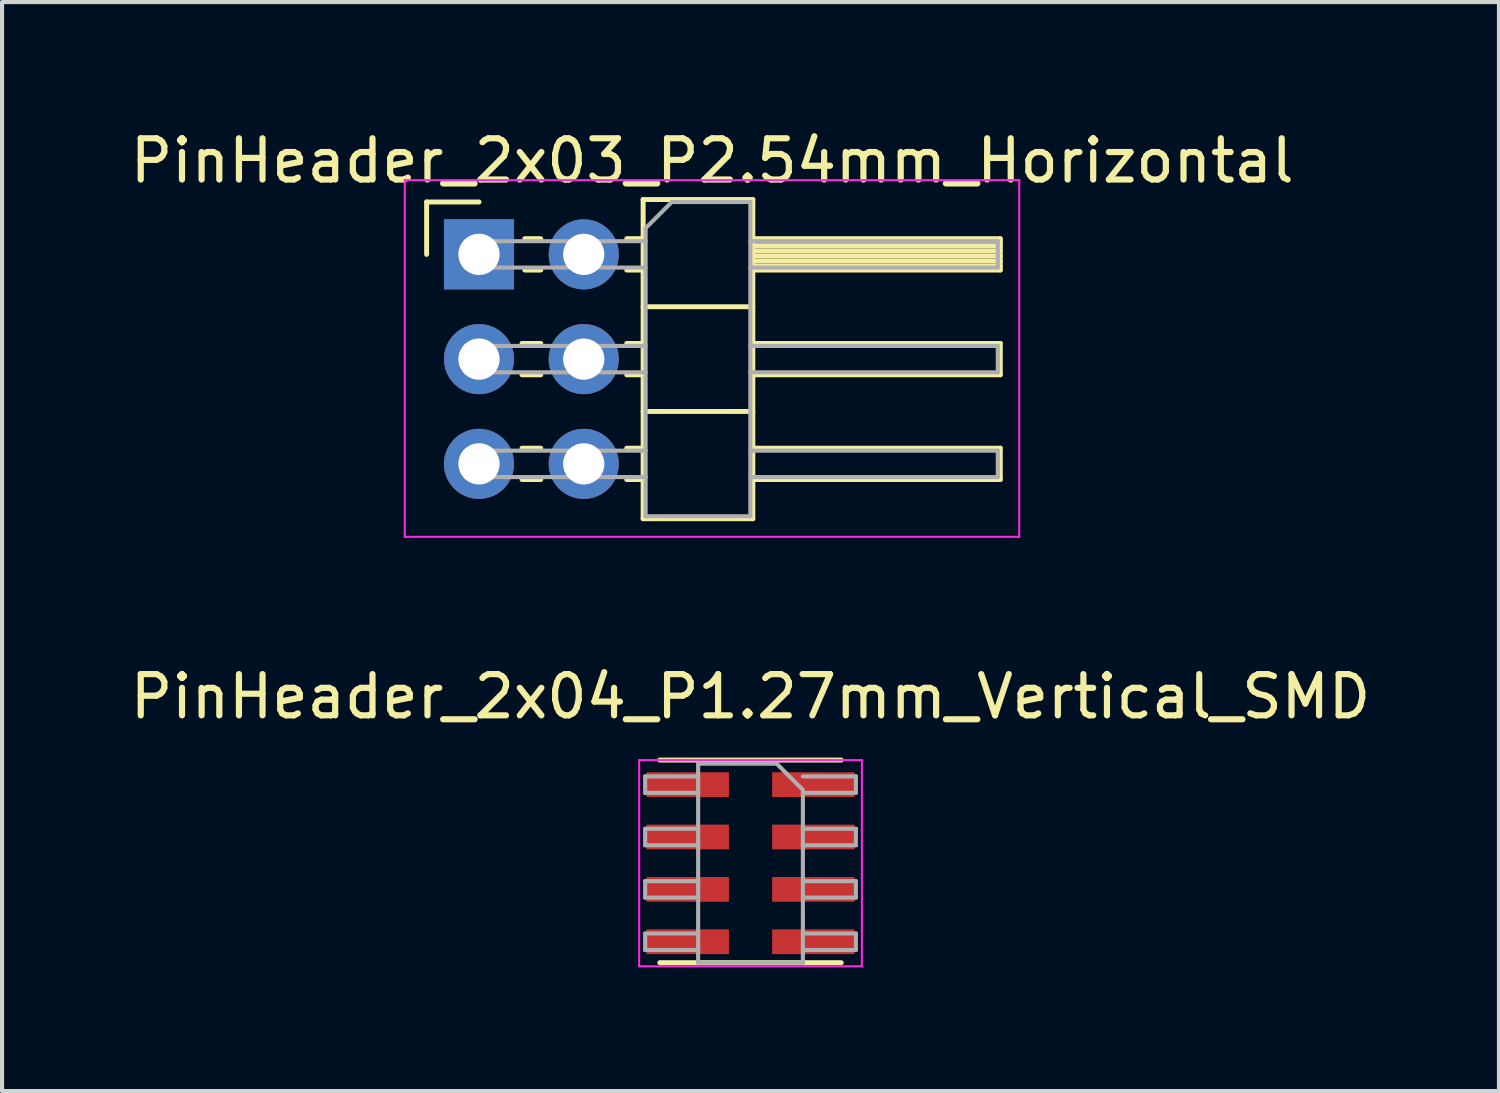
<source format=kicad_pcb>
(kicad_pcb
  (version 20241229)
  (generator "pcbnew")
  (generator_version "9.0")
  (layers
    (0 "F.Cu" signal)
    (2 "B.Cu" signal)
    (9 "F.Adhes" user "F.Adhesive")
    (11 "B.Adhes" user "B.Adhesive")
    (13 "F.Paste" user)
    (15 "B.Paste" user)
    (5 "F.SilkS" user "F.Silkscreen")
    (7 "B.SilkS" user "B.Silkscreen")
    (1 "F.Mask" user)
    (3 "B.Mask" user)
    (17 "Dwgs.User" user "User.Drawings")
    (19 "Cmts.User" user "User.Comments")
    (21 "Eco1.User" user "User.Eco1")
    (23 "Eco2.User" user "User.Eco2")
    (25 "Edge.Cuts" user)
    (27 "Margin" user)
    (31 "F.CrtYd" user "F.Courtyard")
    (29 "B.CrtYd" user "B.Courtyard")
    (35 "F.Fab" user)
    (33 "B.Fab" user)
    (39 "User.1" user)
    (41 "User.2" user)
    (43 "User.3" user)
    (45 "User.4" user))
  (footprint "PinHeader_2x03_P2.54mm_Horizontal"
    (layer "F.Cu")
    (at 8.565 3.118)
    (property "Reference" "PinHeader_2x03_P2.54mm_Horizontal" (at 5.655 -2.27 0) (layer "F.SilkS") (effects (font (size 1 1) (thickness 0.15))))
    (attr through_hole)
    (fp_line (start -1.27 -1.27) (end 0 -1.27) (stroke (width 0.12) (type solid)) (layer "F.SilkS"))
    (fp_line (start -1.27 0) (end -1.27 -1.27) (stroke (width 0.12) (type solid)) (layer "F.SilkS"))
    (fp_line (start 1.043 2.16) (end 1.497 2.16) (stroke (width 0.12) (type solid)) (layer "F.SilkS"))
    (fp_line (start 1.043 2.92) (end 1.497 2.92) (stroke (width 0.12) (type solid)) (layer "F.SilkS"))
    (fp_line (start 1.043 4.7) (end 1.497 4.7) (stroke (width 0.12) (type solid)) (layer "F.SilkS"))
    (fp_line (start 1.043 5.46) (end 1.497 5.46) (stroke (width 0.12) (type solid)) (layer "F.SilkS"))
    (fp_line (start 1.11 -0.38) (end 1.497 -0.38) (stroke (width 0.12) (type solid)) (layer "F.SilkS"))
    (fp_line (start 1.11 0.38) (end 1.497 0.38) (stroke (width 0.12) (type solid)) (layer "F.SilkS"))
    (fp_line (start 3.583 -0.38) (end 3.98 -0.38) (stroke (width 0.12) (type solid)) (layer "F.SilkS"))
    (fp_line (start 3.583 0.38) (end 3.98 0.38) (stroke (width 0.12) (type solid)) (layer "F.SilkS"))
    (fp_line (start 3.583 2.16) (end 3.98 2.16) (stroke (width 0.12) (type solid)) (layer "F.SilkS"))
    (fp_line (start 3.583 2.92) (end 3.98 2.92) (stroke (width 0.12) (type solid)) (layer "F.SilkS"))
    (fp_line (start 3.583 4.7) (end 3.98 4.7) (stroke (width 0.12) (type solid)) (layer "F.SilkS"))
    (fp_line (start 3.583 5.46) (end 3.98 5.46) (stroke (width 0.12) (type solid)) (layer "F.SilkS"))
    (fp_line (start 3.98 -1.33) (end 3.98 6.41) (stroke (width 0.12) (type solid)) (layer "F.SilkS"))
    (fp_line (start 3.98 1.27) (end 6.64 1.27) (stroke (width 0.12) (type solid)) (layer "F.SilkS"))
    (fp_line (start 3.98 3.81) (end 6.64 3.81) (stroke (width 0.12) (type solid)) (layer "F.SilkS"))
    (fp_line (start 3.98 6.41) (end 6.64 6.41) (stroke (width 0.12) (type solid)) (layer "F.SilkS"))
    (fp_line (start 6.64 -1.33) (end 3.98 -1.33) (stroke (width 0.12) (type solid)) (layer "F.SilkS"))
    (fp_line (start 6.64 -0.38) (end 12.64 -0.38) (stroke (width 0.12) (type solid)) (layer "F.SilkS"))
    (fp_line (start 6.64 -0.32) (end 12.64 -0.32) (stroke (width 0.12) (type solid)) (layer "F.SilkS"))
    (fp_line (start 6.64 -0.2) (end 12.64 -0.2) (stroke (width 0.12) (type solid)) (layer "F.SilkS"))
    (fp_line (start 6.64 -0.08) (end 12.64 -0.08) (stroke (width 0.12) (type solid)) (layer "F.SilkS"))
    (fp_line (start 6.64 0.04) (end 12.64 0.04) (stroke (width 0.12) (type solid)) (layer "F.SilkS"))
    (fp_line (start 6.64 0.16) (end 12.64 0.16) (stroke (width 0.12) (type solid)) (layer "F.SilkS"))
    (fp_line (start 6.64 0.28) (end 12.64 0.28) (stroke (width 0.12) (type solid)) (layer "F.SilkS"))
    (fp_line (start 6.64 2.16) (end 12.64 2.16) (stroke (width 0.12) (type solid)) (layer "F.SilkS"))
    (fp_line (start 6.64 4.7) (end 12.64 4.7) (stroke (width 0.12) (type solid)) (layer "F.SilkS"))
    (fp_line (start 6.64 6.41) (end 6.64 -1.33) (stroke (width 0.12) (type solid)) (layer "F.SilkS"))
    (fp_line (start 12.64 -0.38) (end 12.64 0.38) (stroke (width 0.12) (type solid)) (layer "F.SilkS"))
    (fp_line (start 12.64 0.38) (end 6.64 0.38) (stroke (width 0.12) (type solid)) (layer "F.SilkS"))
    (fp_line (start 12.64 2.16) (end 12.64 2.92) (stroke (width 0.12) (type solid)) (layer "F.SilkS"))
    (fp_line (start 12.64 2.92) (end 6.64 2.92) (stroke (width 0.12) (type solid)) (layer "F.SilkS"))
    (fp_line (start 12.64 4.7) (end 12.64 5.46) (stroke (width 0.12) (type solid)) (layer "F.SilkS"))
    (fp_line (start 12.64 5.46) (end 6.64 5.46) (stroke (width 0.12) (type solid)) (layer "F.SilkS"))
    (fp_line (start -1.8 -1.8) (end -1.8 6.85) (stroke (width 0.05) (type solid)) (layer "F.CrtYd"))
    (fp_line (start -1.8 6.85) (end 13.1 6.85) (stroke (width 0.05) (type solid)) (layer "F.CrtYd"))
    (fp_line (start 13.1 -1.8) (end -1.8 -1.8) (stroke (width 0.05) (type solid)) (layer "F.CrtYd"))
    (fp_line (start 13.1 6.85) (end 13.1 -1.8) (stroke (width 0.05) (type solid)) (layer "F.CrtYd"))
    (fp_line (start -0.32 -0.32) (end -0.32 0.32) (stroke (width 0.1) (type solid)) (layer "F.Fab"))
    (fp_line (start -0.32 -0.32) (end 4.04 -0.32) (stroke (width 0.1) (type solid)) (layer "F.Fab"))
    (fp_line (start -0.32 0.32) (end 4.04 0.32) (stroke (width 0.1) (type solid)) (layer "F.Fab"))
    (fp_line (start -0.32 2.22) (end -0.32 2.86) (stroke (width 0.1) (type solid)) (layer "F.Fab"))
    (fp_line (start -0.32 2.22) (end 4.04 2.22) (stroke (width 0.1) (type solid)) (layer "F.Fab"))
    (fp_line (start -0.32 2.86) (end 4.04 2.86) (stroke (width 0.1) (type solid)) (layer "F.Fab"))
    (fp_line (start -0.32 4.76) (end -0.32 5.4) (stroke (width 0.1) (type solid)) (layer "F.Fab"))
    (fp_line (start -0.32 4.76) (end 4.04 4.76) (stroke (width 0.1) (type solid)) (layer "F.Fab"))
    (fp_line (start -0.32 5.4) (end 4.04 5.4) (stroke (width 0.1) (type solid)) (layer "F.Fab"))
    (fp_line (start 4.04 -0.635) (end 4.675 -1.27) (stroke (width 0.1) (type solid)) (layer "F.Fab"))
    (fp_line (start 4.04 6.35) (end 4.04 -0.635) (stroke (width 0.1) (type solid)) (layer "F.Fab"))
    (fp_line (start 4.675 -1.27) (end 6.58 -1.27) (stroke (width 0.1) (type solid)) (layer "F.Fab"))
    (fp_line (start 6.58 -1.27) (end 6.58 6.35) (stroke (width 0.1) (type solid)) (layer "F.Fab"))
    (fp_line (start 6.58 -0.32) (end 12.58 -0.32) (stroke (width 0.1) (type solid)) (layer "F.Fab"))
    (fp_line (start 6.58 0.32) (end 12.58 0.32) (stroke (width 0.1) (type solid)) (layer "F.Fab"))
    (fp_line (start 6.58 2.22) (end 12.58 2.22) (stroke (width 0.1) (type solid)) (layer "F.Fab"))
    (fp_line (start 6.58 2.86) (end 12.58 2.86) (stroke (width 0.1) (type solid)) (layer "F.Fab"))
    (fp_line (start 6.58 4.76) (end 12.58 4.76) (stroke (width 0.1) (type solid)) (layer "F.Fab"))
    (fp_line (start 6.58 5.4) (end 12.58 5.4) (stroke (width 0.1) (type solid)) (layer "F.Fab"))
    (fp_line (start 6.58 6.35) (end 4.04 6.35) (stroke (width 0.1) (type solid)) (layer "F.Fab"))
    (fp_line (start 12.58 -0.32) (end 12.58 0.32) (stroke (width 0.1) (type solid)) (layer "F.Fab"))
    (fp_line (start 12.58 2.22) (end 12.58 2.86) (stroke (width 0.1) (type solid)) (layer "F.Fab"))
    (fp_line (start 12.58 4.76) (end 12.58 5.4) (stroke (width 0.1) (type solid)) (layer "F.Fab"))
    (pad "1" thru_hole rect (at 0 0) (size 1.7 1.7) (drill 1) (layers "*.Cu" "*.Mask"))
    (pad "2" thru_hole oval (at 2.54 0) (size 1.7 1.7) (drill 1) (layers "*.Cu" "*.Mask"))
    (pad "3" thru_hole oval (at 0 2.54) (size 1.7 1.7) (drill 1) (layers "*.Cu" "*.Mask"))
    (pad "4" thru_hole oval (at 2.54 2.54) (size 1.7 1.7) (drill 1) (layers "*.Cu" "*.Mask"))
    (pad "5" thru_hole oval (at 0 5.08) (size 1.7 1.7) (drill 1) (layers "*.Cu" "*.Mask"))
    (pad "6" thru_hole oval (at 2.54 5.08) (size 1.7 1.7) (drill 1) (layers "*.Cu" "*.Mask")))
  (footprint "PinHeader_2x04_P1.27mm_Vertical_SMD"
    (layer "F.Cu")
    (at 15.149 17.881)
    (property "Reference" "PinHeader_2x04_P1.27mm_Vertical_SMD" (at 0 -4.04 0) (layer "F.SilkS") (effects (font (size 1 1) (thickness 0.15))))
    (attr smd)
    (fp_line (start -2.2 -2.5) (end 2.2 -2.5) (stroke (width 0.12) (type solid)) (layer "F.SilkS"))
    (fp_line (start -2.2 2.413) (end 2.2 2.413) (stroke (width 0.12) (type solid)) (layer "F.SilkS"))
    (fp_line (start -2.7 -2.5) (end 2.7 -2.5) (stroke (width 0.05) (type solid)) (layer "F.CrtYd"))
    (fp_line (start -2.7 2.5) (end -2.7 -2.5) (stroke (width 0.05) (type solid)) (layer "F.CrtYd"))
    (fp_line (start 2.7 -2.5) (end 2.7 2.5) (stroke (width 0.05) (type solid)) (layer "F.CrtYd"))
    (fp_line (start 2.7 2.5) (end -2.7 2.5) (stroke (width 0.05) (type solid)) (layer "F.CrtYd"))
    (fp_line (start -2.555 -2.105) (end -1.27 -2.105) (stroke (width 0.1) (type solid)) (layer "F.Fab"))
    (fp_line (start -2.555 -1.705) (end -2.555 -2.105) (stroke (width 0.1) (type solid)) (layer "F.Fab"))
    (fp_line (start -2.555 -0.835) (end -1.27 -0.835) (stroke (width 0.1) (type solid)) (layer "F.Fab"))
    (fp_line (start -2.555 -0.435) (end -2.555 -0.835) (stroke (width 0.1) (type solid)) (layer "F.Fab"))
    (fp_line (start -2.555 0.435) (end -1.27 0.435) (stroke (width 0.1) (type solid)) (layer "F.Fab"))
    (fp_line (start -2.555 0.835) (end -2.555 0.435) (stroke (width 0.1) (type solid)) (layer "F.Fab"))
    (fp_line (start -2.555 1.705) (end -1.27 1.705) (stroke (width 0.1) (type solid)) (layer "F.Fab"))
    (fp_line (start -2.555 2.105) (end -2.555 1.705) (stroke (width 0.1) (type solid)) (layer "F.Fab"))
    (fp_line (start -1.27 -2.413) (end 0.635 -2.413) (stroke (width 0.1) (type solid)) (layer "F.Fab"))
    (fp_line (start -1.27 -1.705) (end -2.555 -1.705) (stroke (width 0.1) (type solid)) (layer "F.Fab"))
    (fp_line (start -1.27 -0.435) (end -2.555 -0.435) (stroke (width 0.1) (type solid)) (layer "F.Fab"))
    (fp_line (start -1.27 0.835) (end -2.555 0.835) (stroke (width 0.1) (type solid)) (layer "F.Fab"))
    (fp_line (start -1.27 2.105) (end -2.555 2.105) (stroke (width 0.1) (type solid)) (layer "F.Fab"))
    (fp_line (start -1.27 2.413) (end -1.27 -2.413) (stroke (width 0.1) (type solid)) (layer "F.Fab"))
    (fp_line (start 0.635 -2.413) (end 1.27 -1.778) (stroke (width 0.1) (type solid)) (layer "F.Fab"))
    (fp_line (start 1.27 -2.105) (end 2.555 -2.105) (stroke (width 0.1) (type solid)) (layer "F.Fab"))
    (fp_line (start 1.27 -1.705) (end 1.27 2.413) (stroke (width 0.1) (type solid)) (layer "F.Fab"))
    (fp_line (start 1.27 -0.835) (end 2.555 -0.835) (stroke (width 0.1) (type solid)) (layer "F.Fab"))
    (fp_line (start 1.27 0.435) (end 2.555 0.435) (stroke (width 0.1) (type solid)) (layer "F.Fab"))
    (fp_line (start 1.27 1.705) (end 2.555 1.705) (stroke (width 0.1) (type solid)) (layer "F.Fab"))
    (fp_line (start 1.27 2.413) (end -1.27 2.413) (stroke (width 0.1) (type solid)) (layer "F.Fab"))
    (fp_line (start 2.555 -2.105) (end 2.555 -1.705) (stroke (width 0.1) (type solid)) (layer "F.Fab"))
    (fp_line (start 2.555 -1.705) (end 1.27 -1.705) (stroke (width 0.1) (type solid)) (layer "F.Fab"))
    (fp_line (start 2.555 -0.835) (end 2.555 -0.435) (stroke (width 0.1) (type solid)) (layer "F.Fab"))
    (fp_line (start 2.555 -0.435) (end 1.27 -0.435) (stroke (width 0.1) (type solid)) (layer "F.Fab"))
    (fp_line (start 2.555 0.435) (end 2.555 0.835) (stroke (width 0.1) (type solid)) (layer "F.Fab"))
    (fp_line (start 2.555 0.835) (end 1.27 0.835) (stroke (width 0.1) (type solid)) (layer "F.Fab"))
    (fp_line (start 2.555 1.705) (end 2.555 2.105) (stroke (width 0.1) (type solid)) (layer "F.Fab"))
    (fp_line (start 2.555 2.105) (end 1.27 2.105) (stroke (width 0.1) (type solid)) (layer "F.Fab"))
    (pad "1" smd rect (at 1.524 -1.905) (size 2 0.6) (layers "F.Cu" "F.Mask" "F.Paste"))
    (pad "2" smd rect (at -1.524 -1.905) (size 2 0.6) (layers "F.Cu" "F.Mask" "F.Paste"))
    (pad "3" smd rect (at 1.524 -0.635) (size 2 0.6) (layers "F.Cu" "F.Mask" "F.Paste"))
    (pad "4" smd rect (at -1.524 -0.635) (size 2 0.6) (layers "F.Cu" "F.Mask" "F.Paste"))
    (pad "5" smd rect (at 1.524 0.635) (size 2 0.6) (layers "F.Cu" "F.Mask" "F.Paste"))
    (pad "6" smd rect (at -1.524 0.635) (size 2 0.6) (layers "F.Cu" "F.Mask" "F.Paste"))
    (pad "7" smd rect (at 1.524 1.905) (size 2 0.6) (layers "F.Cu" "F.Mask" "F.Paste"))
    (pad "8" smd rect (at -1.524 1.905) (size 2 0.6) (layers "F.Cu" "F.Mask" "F.Paste")))
  (gr_rect
    (start -3 -3)
    (end 33.298 23.407)
    (stroke (width 0.1) (type default))
    (fill no)
    (layer "Edge.Cuts")))
</source>
